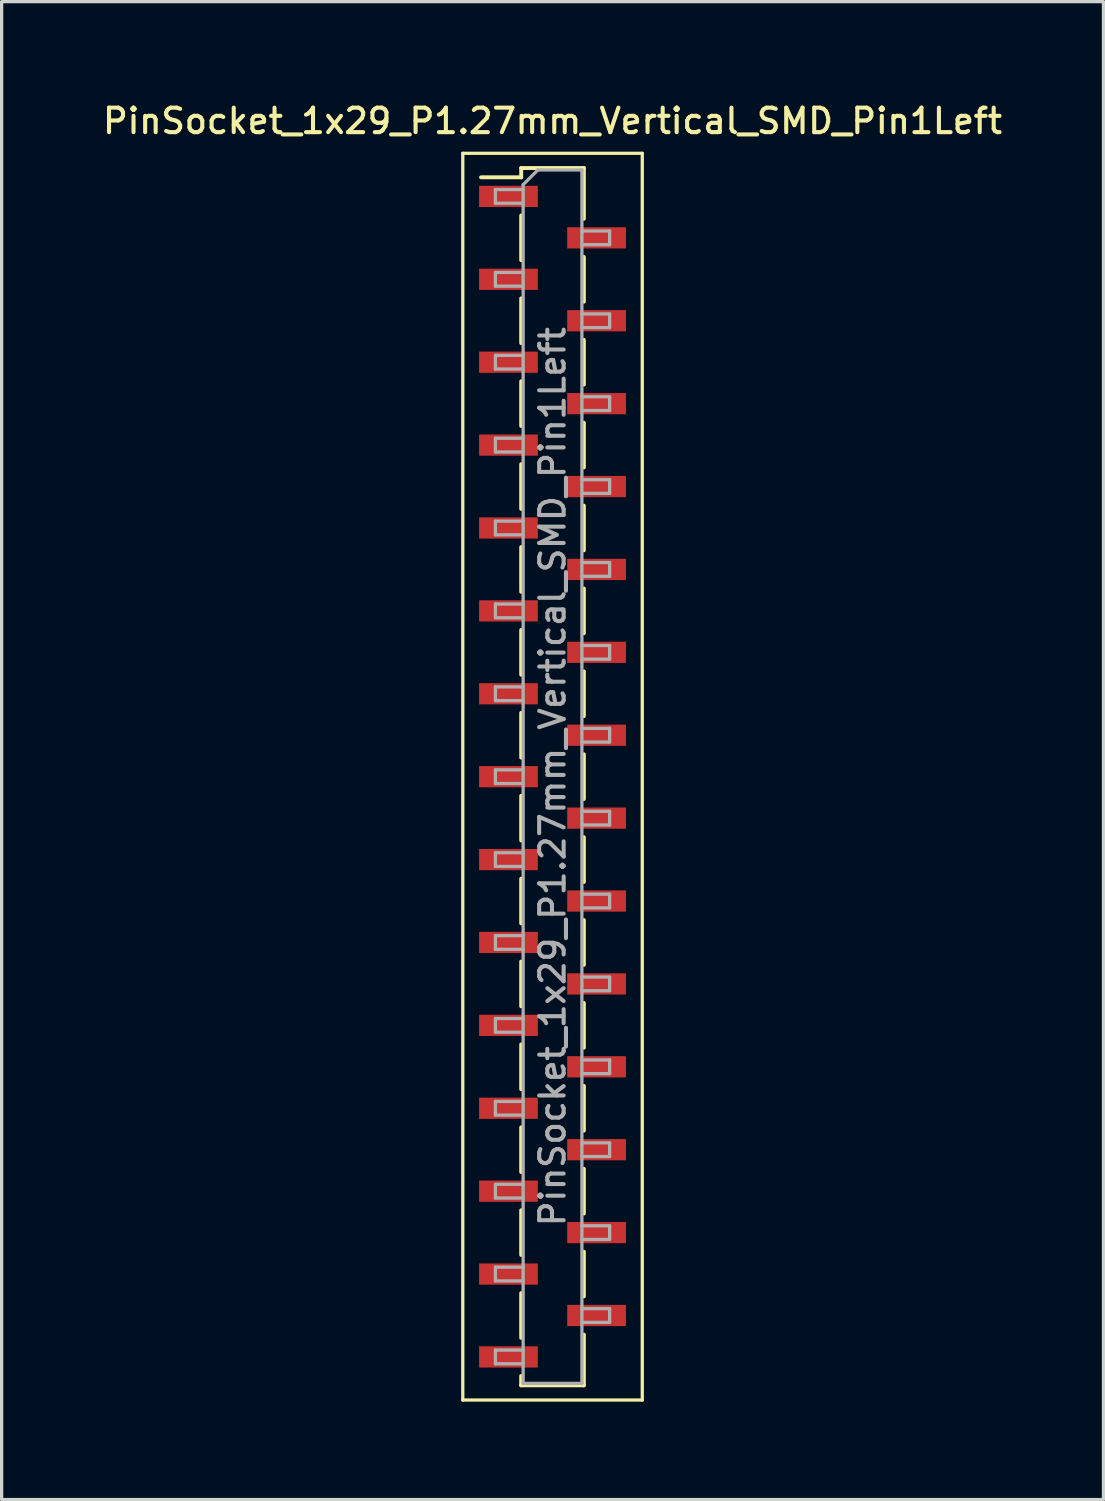
<source format=kicad_pcb>
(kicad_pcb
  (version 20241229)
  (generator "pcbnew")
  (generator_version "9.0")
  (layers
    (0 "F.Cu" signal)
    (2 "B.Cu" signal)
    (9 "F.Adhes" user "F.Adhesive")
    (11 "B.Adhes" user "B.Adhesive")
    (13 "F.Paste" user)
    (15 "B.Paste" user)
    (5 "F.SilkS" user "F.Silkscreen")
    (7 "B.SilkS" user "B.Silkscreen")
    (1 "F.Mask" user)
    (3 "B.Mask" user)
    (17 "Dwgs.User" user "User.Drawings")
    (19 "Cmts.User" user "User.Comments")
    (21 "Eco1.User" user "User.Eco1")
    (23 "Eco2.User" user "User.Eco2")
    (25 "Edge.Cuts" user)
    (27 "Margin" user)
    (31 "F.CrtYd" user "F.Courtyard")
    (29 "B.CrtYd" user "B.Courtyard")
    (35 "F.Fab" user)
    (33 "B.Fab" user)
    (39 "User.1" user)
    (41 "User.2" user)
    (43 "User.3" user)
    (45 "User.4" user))
  (footprint "PinSocket_1x29_P1.27mm_Vertical_SMD_Pin1Left"
    (layer "F.Cu")
    (at 13.88 20.748)
    (property "Reference" "PinSocket_1x29_P1.27mm_Vertical_SMD_Pin1Left" (at 0 -20.09 0) (layer "F.SilkS") (effects (font (size 0.75 0.75) (thickness 0.125))))
    (attr smd)
    (fp_line (start -2.75 -19.1) (end 2.75 -19.1) (stroke (width 0.1) (type solid)) (layer "F.SilkS"))
    (fp_line (start -2.75 19.1) (end -2.75 -19.1) (stroke (width 0.1) (type solid)) (layer "F.SilkS"))
    (fp_line (start -2.19 -18.365) (end -0.96 -18.365) (stroke (width 0.12) (type solid)) (layer "F.SilkS"))
    (fp_line (start -0.96 -18.65) (end -0.96 -18.365) (stroke (width 0.12) (type solid)) (layer "F.SilkS"))
    (fp_line (start -0.96 -18.65) (end 0.96 -18.65) (stroke (width 0.12) (type solid)) (layer "F.SilkS"))
    (fp_line (start -0.96 -17.195) (end -0.96 -15.825) (stroke (width 0.12) (type solid)) (layer "F.SilkS"))
    (fp_line (start -0.96 -14.655) (end -0.96 -13.285) (stroke (width 0.12) (type solid)) (layer "F.SilkS"))
    (fp_line (start -0.96 -12.115) (end -0.96 -10.745) (stroke (width 0.12) (type solid)) (layer "F.SilkS"))
    (fp_line (start -0.96 -9.575) (end -0.96 -8.205) (stroke (width 0.12) (type solid)) (layer "F.SilkS"))
    (fp_line (start -0.96 -7.035) (end -0.96 -5.665) (stroke (width 0.12) (type solid)) (layer "F.SilkS"))
    (fp_line (start -0.96 -4.495) (end -0.96 -3.125) (stroke (width 0.12) (type solid)) (layer "F.SilkS"))
    (fp_line (start -0.96 -1.955) (end -0.96 -0.585) (stroke (width 0.12) (type solid)) (layer "F.SilkS"))
    (fp_line (start -0.96 0.585) (end -0.96 1.955) (stroke (width 0.12) (type solid)) (layer "F.SilkS"))
    (fp_line (start -0.96 3.125) (end -0.96 4.495) (stroke (width 0.12) (type solid)) (layer "F.SilkS"))
    (fp_line (start -0.96 5.665) (end -0.96 7.035) (stroke (width 0.12) (type solid)) (layer "F.SilkS"))
    (fp_line (start -0.96 8.205) (end -0.96 9.575) (stroke (width 0.12) (type solid)) (layer "F.SilkS"))
    (fp_line (start -0.96 10.745) (end -0.96 12.115) (stroke (width 0.12) (type solid)) (layer "F.SilkS"))
    (fp_line (start -0.96 13.285) (end -0.96 14.655) (stroke (width 0.12) (type solid)) (layer "F.SilkS"))
    (fp_line (start -0.96 15.825) (end -0.96 17.195) (stroke (width 0.12) (type solid)) (layer "F.SilkS"))
    (fp_line (start -0.96 18.365) (end -0.96 18.65) (stroke (width 0.12) (type solid)) (layer "F.SilkS"))
    (fp_line (start -0.96 18.65) (end 0.96 18.65) (stroke (width 0.12) (type solid)) (layer "F.SilkS"))
    (fp_line (start 0.96 -18.65) (end 0.96 -17.095) (stroke (width 0.12) (type solid)) (layer "F.SilkS"))
    (fp_line (start 0.96 -15.925) (end 0.96 -14.555) (stroke (width 0.12) (type solid)) (layer "F.SilkS"))
    (fp_line (start 0.96 -13.385) (end 0.96 -12.015) (stroke (width 0.12) (type solid)) (layer "F.SilkS"))
    (fp_line (start 0.96 -10.845) (end 0.96 -9.475) (stroke (width 0.12) (type solid)) (layer "F.SilkS"))
    (fp_line (start 0.96 -8.305) (end 0.96 -6.935) (stroke (width 0.12) (type solid)) (layer "F.SilkS"))
    (fp_line (start 0.96 -5.765) (end 0.96 -4.395) (stroke (width 0.12) (type solid)) (layer "F.SilkS"))
    (fp_line (start 0.96 -3.225) (end 0.96 -1.855) (stroke (width 0.12) (type solid)) (layer "F.SilkS"))
    (fp_line (start 0.96 -0.685) (end 0.96 0.685) (stroke (width 0.12) (type solid)) (layer "F.SilkS"))
    (fp_line (start 0.96 1.855) (end 0.96 3.225) (stroke (width 0.12) (type solid)) (layer "F.SilkS"))
    (fp_line (start 0.96 4.395) (end 0.96 5.765) (stroke (width 0.12) (type solid)) (layer "F.SilkS"))
    (fp_line (start 0.96 6.935) (end 0.96 8.305) (stroke (width 0.12) (type solid)) (layer "F.SilkS"))
    (fp_line (start 0.96 9.475) (end 0.96 10.845) (stroke (width 0.12) (type solid)) (layer "F.SilkS"))
    (fp_line (start 0.96 12.015) (end 0.96 13.385) (stroke (width 0.12) (type solid)) (layer "F.SilkS"))
    (fp_line (start 0.96 14.555) (end 0.96 15.925) (stroke (width 0.12) (type solid)) (layer "F.SilkS"))
    (fp_line (start 0.96 17.095) (end 0.96 18.65) (stroke (width 0.12) (type solid)) (layer "F.SilkS"))
    (fp_line (start 2.75 -19.1) (end 2.75 19.1) (stroke (width 0.1) (type solid)) (layer "F.SilkS"))
    (fp_line (start 2.75 19.1) (end -2.75 19.1) (stroke (width 0.1) (type solid)) (layer "F.SilkS"))
    (fp_line (start -1.75 -17.99) (end -0.9 -17.99) (stroke (width 0.1) (type solid)) (layer "F.Fab"))
    (fp_line (start -1.75 -17.57) (end -1.75 -17.99) (stroke (width 0.1) (type solid)) (layer "F.Fab"))
    (fp_line (start -1.75 -15.45) (end -0.9 -15.45) (stroke (width 0.1) (type solid)) (layer "F.Fab"))
    (fp_line (start -1.75 -15.03) (end -1.75 -15.45) (stroke (width 0.1) (type solid)) (layer "F.Fab"))
    (fp_line (start -1.75 -12.91) (end -0.9 -12.91) (stroke (width 0.1) (type solid)) (layer "F.Fab"))
    (fp_line (start -1.75 -12.49) (end -1.75 -12.91) (stroke (width 0.1) (type solid)) (layer "F.Fab"))
    (fp_line (start -1.75 -10.37) (end -0.9 -10.37) (stroke (width 0.1) (type solid)) (layer "F.Fab"))
    (fp_line (start -1.75 -9.95) (end -1.75 -10.37) (stroke (width 0.1) (type solid)) (layer "F.Fab"))
    (fp_line (start -1.75 -7.83) (end -0.9 -7.83) (stroke (width 0.1) (type solid)) (layer "F.Fab"))
    (fp_line (start -1.75 -7.41) (end -1.75 -7.83) (stroke (width 0.1) (type solid)) (layer "F.Fab"))
    (fp_line (start -1.75 -5.29) (end -0.9 -5.29) (stroke (width 0.1) (type solid)) (layer "F.Fab"))
    (fp_line (start -1.75 -4.87) (end -1.75 -5.29) (stroke (width 0.1) (type solid)) (layer "F.Fab"))
    (fp_line (start -1.75 -2.75) (end -0.9 -2.75) (stroke (width 0.1) (type solid)) (layer "F.Fab"))
    (fp_line (start -1.75 -2.33) (end -1.75 -2.75) (stroke (width 0.1) (type solid)) (layer "F.Fab"))
    (fp_line (start -1.75 -0.21) (end -0.9 -0.21) (stroke (width 0.1) (type solid)) (layer "F.Fab"))
    (fp_line (start -1.75 0.21) (end -1.75 -0.21) (stroke (width 0.1) (type solid)) (layer "F.Fab"))
    (fp_line (start -1.75 2.33) (end -0.9 2.33) (stroke (width 0.1) (type solid)) (layer "F.Fab"))
    (fp_line (start -1.75 2.75) (end -1.75 2.33) (stroke (width 0.1) (type solid)) (layer "F.Fab"))
    (fp_line (start -1.75 4.87) (end -0.9 4.87) (stroke (width 0.1) (type solid)) (layer "F.Fab"))
    (fp_line (start -1.75 5.29) (end -1.75 4.87) (stroke (width 0.1) (type solid)) (layer "F.Fab"))
    (fp_line (start -1.75 7.41) (end -0.9 7.41) (stroke (width 0.1) (type solid)) (layer "F.Fab"))
    (fp_line (start -1.75 7.83) (end -1.75 7.41) (stroke (width 0.1) (type solid)) (layer "F.Fab"))
    (fp_line (start -1.75 9.95) (end -0.9 9.95) (stroke (width 0.1) (type solid)) (layer "F.Fab"))
    (fp_line (start -1.75 10.37) (end -1.75 9.95) (stroke (width 0.1) (type solid)) (layer "F.Fab"))
    (fp_line (start -1.75 12.49) (end -0.9 12.49) (stroke (width 0.1) (type solid)) (layer "F.Fab"))
    (fp_line (start -1.75 12.91) (end -1.75 12.49) (stroke (width 0.1) (type solid)) (layer "F.Fab"))
    (fp_line (start -1.75 15.03) (end -0.9 15.03) (stroke (width 0.1) (type solid)) (layer "F.Fab"))
    (fp_line (start -1.75 15.45) (end -1.75 15.03) (stroke (width 0.1) (type solid)) (layer "F.Fab"))
    (fp_line (start -1.75 17.57) (end -0.9 17.57) (stroke (width 0.1) (type solid)) (layer "F.Fab"))
    (fp_line (start -1.75 17.99) (end -1.75 17.57) (stroke (width 0.1) (type solid)) (layer "F.Fab"))
    (fp_line (start -0.9 -18.14) (end -0.45 -18.59) (stroke (width 0.1) (type solid)) (layer "F.Fab"))
    (fp_line (start -0.9 -17.57) (end -1.75 -17.57) (stroke (width 0.1) (type solid)) (layer "F.Fab"))
    (fp_line (start -0.9 -15.03) (end -1.75 -15.03) (stroke (width 0.1) (type solid)) (layer "F.Fab"))
    (fp_line (start -0.9 -12.49) (end -1.75 -12.49) (stroke (width 0.1) (type solid)) (layer "F.Fab"))
    (fp_line (start -0.9 -9.95) (end -1.75 -9.95) (stroke (width 0.1) (type solid)) (layer "F.Fab"))
    (fp_line (start -0.9 -7.41) (end -1.75 -7.41) (stroke (width 0.1) (type solid)) (layer "F.Fab"))
    (fp_line (start -0.9 -4.87) (end -1.75 -4.87) (stroke (width 0.1) (type solid)) (layer "F.Fab"))
    (fp_line (start -0.9 -2.33) (end -1.75 -2.33) (stroke (width 0.1) (type solid)) (layer "F.Fab"))
    (fp_line (start -0.9 0.21) (end -1.75 0.21) (stroke (width 0.1) (type solid)) (layer "F.Fab"))
    (fp_line (start -0.9 2.75) (end -1.75 2.75) (stroke (width 0.1) (type solid)) (layer "F.Fab"))
    (fp_line (start -0.9 5.29) (end -1.75 5.29) (stroke (width 0.1) (type solid)) (layer "F.Fab"))
    (fp_line (start -0.9 7.83) (end -1.75 7.83) (stroke (width 0.1) (type solid)) (layer "F.Fab"))
    (fp_line (start -0.9 10.37) (end -1.75 10.37) (stroke (width 0.1) (type solid)) (layer "F.Fab"))
    (fp_line (start -0.9 12.91) (end -1.75 12.91) (stroke (width 0.1) (type solid)) (layer "F.Fab"))
    (fp_line (start -0.9 15.45) (end -1.75 15.45) (stroke (width 0.1) (type solid)) (layer "F.Fab"))
    (fp_line (start -0.9 17.99) (end -1.75 17.99) (stroke (width 0.1) (type solid)) (layer "F.Fab"))
    (fp_line (start -0.9 18.59) (end -0.9 -18.14) (stroke (width 0.1) (type solid)) (layer "F.Fab"))
    (fp_line (start -0.45 -18.59) (end 0.9 -18.59) (stroke (width 0.1) (type solid)) (layer "F.Fab"))
    (fp_line (start 0.9 -18.59) (end 0.9 18.59) (stroke (width 0.1) (type solid)) (layer "F.Fab"))
    (fp_line (start 0.9 -16.72) (end 1.75 -16.72) (stroke (width 0.1) (type solid)) (layer "F.Fab"))
    (fp_line (start 0.9 -14.18) (end 1.75 -14.18) (stroke (width 0.1) (type solid)) (layer "F.Fab"))
    (fp_line (start 0.9 -11.64) (end 1.75 -11.64) (stroke (width 0.1) (type solid)) (layer "F.Fab"))
    (fp_line (start 0.9 -9.1) (end 1.75 -9.1) (stroke (width 0.1) (type solid)) (layer "F.Fab"))
    (fp_line (start 0.9 -6.56) (end 1.75 -6.56) (stroke (width 0.1) (type solid)) (layer "F.Fab"))
    (fp_line (start 0.9 -4.02) (end 1.75 -4.02) (stroke (width 0.1) (type solid)) (layer "F.Fab"))
    (fp_line (start 0.9 -1.48) (end 1.75 -1.48) (stroke (width 0.1) (type solid)) (layer "F.Fab"))
    (fp_line (start 0.9 1.06) (end 1.75 1.06) (stroke (width 0.1) (type solid)) (layer "F.Fab"))
    (fp_line (start 0.9 3.6) (end 1.75 3.6) (stroke (width 0.1) (type solid)) (layer "F.Fab"))
    (fp_line (start 0.9 6.14) (end 1.75 6.14) (stroke (width 0.1) (type solid)) (layer "F.Fab"))
    (fp_line (start 0.9 8.68) (end 1.75 8.68) (stroke (width 0.1) (type solid)) (layer "F.Fab"))
    (fp_line (start 0.9 11.22) (end 1.75 11.22) (stroke (width 0.1) (type solid)) (layer "F.Fab"))
    (fp_line (start 0.9 13.76) (end 1.75 13.76) (stroke (width 0.1) (type solid)) (layer "F.Fab"))
    (fp_line (start 0.9 16.3) (end 1.75 16.3) (stroke (width 0.1) (type solid)) (layer "F.Fab"))
    (fp_line (start 0.9 18.59) (end -0.9 18.59) (stroke (width 0.1) (type solid)) (layer "F.Fab"))
    (fp_line (start 1.75 -16.72) (end 1.75 -16.3) (stroke (width 0.1) (type solid)) (layer "F.Fab"))
    (fp_line (start 1.75 -16.3) (end 0.9 -16.3) (stroke (width 0.1) (type solid)) (layer "F.Fab"))
    (fp_line (start 1.75 -14.18) (end 1.75 -13.76) (stroke (width 0.1) (type solid)) (layer "F.Fab"))
    (fp_line (start 1.75 -13.76) (end 0.9 -13.76) (stroke (width 0.1) (type solid)) (layer "F.Fab"))
    (fp_line (start 1.75 -11.64) (end 1.75 -11.22) (stroke (width 0.1) (type solid)) (layer "F.Fab"))
    (fp_line (start 1.75 -11.22) (end 0.9 -11.22) (stroke (width 0.1) (type solid)) (layer "F.Fab"))
    (fp_line (start 1.75 -9.1) (end 1.75 -8.68) (stroke (width 0.1) (type solid)) (layer "F.Fab"))
    (fp_line (start 1.75 -8.68) (end 0.9 -8.68) (stroke (width 0.1) (type solid)) (layer "F.Fab"))
    (fp_line (start 1.75 -6.56) (end 1.75 -6.14) (stroke (width 0.1) (type solid)) (layer "F.Fab"))
    (fp_line (start 1.75 -6.14) (end 0.9 -6.14) (stroke (width 0.1) (type solid)) (layer "F.Fab"))
    (fp_line (start 1.75 -4.02) (end 1.75 -3.6) (stroke (width 0.1) (type solid)) (layer "F.Fab"))
    (fp_line (start 1.75 -3.6) (end 0.9 -3.6) (stroke (width 0.1) (type solid)) (layer "F.Fab"))
    (fp_line (start 1.75 -1.48) (end 1.75 -1.06) (stroke (width 0.1) (type solid)) (layer "F.Fab"))
    (fp_line (start 1.75 -1.06) (end 0.9 -1.06) (stroke (width 0.1) (type solid)) (layer "F.Fab"))
    (fp_line (start 1.75 1.06) (end 1.75 1.48) (stroke (width 0.1) (type solid)) (layer "F.Fab"))
    (fp_line (start 1.75 1.48) (end 0.9 1.48) (stroke (width 0.1) (type solid)) (layer "F.Fab"))
    (fp_line (start 1.75 3.6) (end 1.75 4.02) (stroke (width 0.1) (type solid)) (layer "F.Fab"))
    (fp_line (start 1.75 4.02) (end 0.9 4.02) (stroke (width 0.1) (type solid)) (layer "F.Fab"))
    (fp_line (start 1.75 6.14) (end 1.75 6.56) (stroke (width 0.1) (type solid)) (layer "F.Fab"))
    (fp_line (start 1.75 6.56) (end 0.9 6.56) (stroke (width 0.1) (type solid)) (layer "F.Fab"))
    (fp_line (start 1.75 8.68) (end 1.75 9.1) (stroke (width 0.1) (type solid)) (layer "F.Fab"))
    (fp_line (start 1.75 9.1) (end 0.9 9.1) (stroke (width 0.1) (type solid)) (layer "F.Fab"))
    (fp_line (start 1.75 11.22) (end 1.75 11.64) (stroke (width 0.1) (type solid)) (layer "F.Fab"))
    (fp_line (start 1.75 11.64) (end 0.9 11.64) (stroke (width 0.1) (type solid)) (layer "F.Fab"))
    (fp_line (start 1.75 13.76) (end 1.75 14.18) (stroke (width 0.1) (type solid)) (layer "F.Fab"))
    (fp_line (start 1.75 14.18) (end 0.9 14.18) (stroke (width 0.1) (type solid)) (layer "F.Fab"))
    (fp_line (start 1.75 16.3) (end 1.75 16.72) (stroke (width 0.1) (type solid)) (layer "F.Fab"))
    (fp_line (start 1.75 16.72) (end 0.9 16.72) (stroke (width 0.1) (type solid)) (layer "F.Fab"))
    (fp_text user "${REFERENCE}" (at 0 0 90) (layer "F.Fab") (effects (font (size 0.75 0.75) (thickness 0.125))))
    (pad "1" smd rect (at -1.35 -17.78) (size 1.8 0.65) (layers "F.Cu" "F.Mask" "F.Paste"))
    (pad "2" smd rect (at 1.35 -16.51) (size 1.8 0.65) (layers "F.Cu" "F.Mask" "F.Paste"))
    (pad "3" smd rect (at -1.35 -15.24) (size 1.8 0.65) (layers "F.Cu" "F.Mask" "F.Paste"))
    (pad "4" smd rect (at 1.35 -13.97) (size 1.8 0.65) (layers "F.Cu" "F.Mask" "F.Paste"))
    (pad "5" smd rect (at -1.35 -12.7) (size 1.8 0.65) (layers "F.Cu" "F.Mask" "F.Paste"))
    (pad "6" smd rect (at 1.35 -11.43) (size 1.8 0.65) (layers "F.Cu" "F.Mask" "F.Paste"))
    (pad "7" smd rect (at -1.35 -10.16) (size 1.8 0.65) (layers "F.Cu" "F.Mask" "F.Paste"))
    (pad "8" smd rect (at 1.35 -8.89) (size 1.8 0.65) (layers "F.Cu" "F.Mask" "F.Paste"))
    (pad "9" smd rect (at -1.35 -7.62) (size 1.8 0.65) (layers "F.Cu" "F.Mask" "F.Paste"))
    (pad "10" smd rect (at 1.35 -6.35) (size 1.8 0.65) (layers "F.Cu" "F.Mask" "F.Paste"))
    (pad "11" smd rect (at -1.35 -5.08) (size 1.8 0.65) (layers "F.Cu" "F.Mask" "F.Paste"))
    (pad "12" smd rect (at 1.35 -3.81) (size 1.8 0.65) (layers "F.Cu" "F.Mask" "F.Paste"))
    (pad "13" smd rect (at -1.35 -2.54) (size 1.8 0.65) (layers "F.Cu" "F.Mask" "F.Paste"))
    (pad "14" smd rect (at 1.35 -1.27) (size 1.8 0.65) (layers "F.Cu" "F.Mask" "F.Paste"))
    (pad "15" smd rect (at -1.35 0) (size 1.8 0.65) (layers "F.Cu" "F.Mask" "F.Paste"))
    (pad "16" smd rect (at 1.35 1.27) (size 1.8 0.65) (layers "F.Cu" "F.Mask" "F.Paste"))
    (pad "17" smd rect (at -1.35 2.54) (size 1.8 0.65) (layers "F.Cu" "F.Mask" "F.Paste"))
    (pad "18" smd rect (at 1.35 3.81) (size 1.8 0.65) (layers "F.Cu" "F.Mask" "F.Paste"))
    (pad "19" smd rect (at -1.35 5.08) (size 1.8 0.65) (layers "F.Cu" "F.Mask" "F.Paste"))
    (pad "20" smd rect (at 1.35 6.35) (size 1.8 0.65) (layers "F.Cu" "F.Mask" "F.Paste"))
    (pad "21" smd rect (at -1.35 7.62) (size 1.8 0.65) (layers "F.Cu" "F.Mask" "F.Paste"))
    (pad "22" smd rect (at 1.35 8.89) (size 1.8 0.65) (layers "F.Cu" "F.Mask" "F.Paste"))
    (pad "23" smd rect (at -1.35 10.16) (size 1.8 0.65) (layers "F.Cu" "F.Mask" "F.Paste"))
    (pad "24" smd rect (at 1.35 11.43) (size 1.8 0.65) (layers "F.Cu" "F.Mask" "F.Paste"))
    (pad "25" smd rect (at -1.35 12.7) (size 1.8 0.65) (layers "F.Cu" "F.Mask" "F.Paste"))
    (pad "26" smd rect (at 1.35 13.97) (size 1.8 0.65) (layers "F.Cu" "F.Mask" "F.Paste"))
    (pad "27" smd rect (at -1.35 15.24) (size 1.8 0.65) (layers "F.Cu" "F.Mask" "F.Paste"))
    (pad "28" smd rect (at 1.35 16.51) (size 1.8 0.65) (layers "F.Cu" "F.Mask" "F.Paste"))
    (pad "29" smd rect (at -1.35 17.78) (size 1.8 0.65) (layers "F.Cu" "F.Mask" "F.Paste")))
  (gr_rect
    (start -3 -3)
    (end 30.761 42.898)
    (stroke (width 0.1) (type default))
    (fill no)
    (layer "Edge.Cuts")))
</source>
